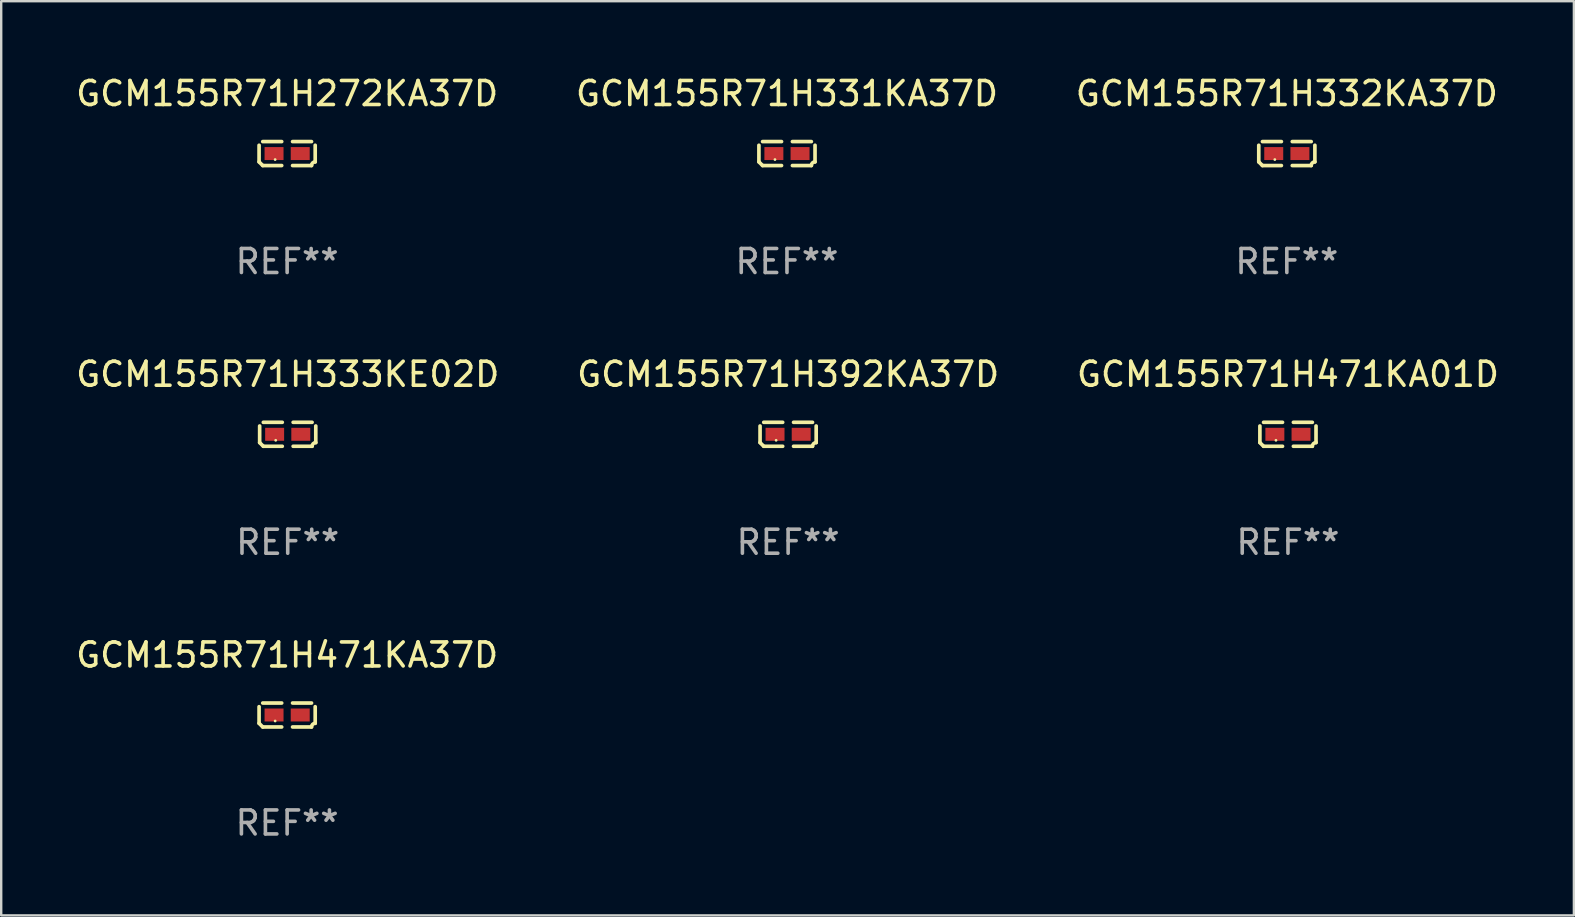
<source format=kicad_pcb>
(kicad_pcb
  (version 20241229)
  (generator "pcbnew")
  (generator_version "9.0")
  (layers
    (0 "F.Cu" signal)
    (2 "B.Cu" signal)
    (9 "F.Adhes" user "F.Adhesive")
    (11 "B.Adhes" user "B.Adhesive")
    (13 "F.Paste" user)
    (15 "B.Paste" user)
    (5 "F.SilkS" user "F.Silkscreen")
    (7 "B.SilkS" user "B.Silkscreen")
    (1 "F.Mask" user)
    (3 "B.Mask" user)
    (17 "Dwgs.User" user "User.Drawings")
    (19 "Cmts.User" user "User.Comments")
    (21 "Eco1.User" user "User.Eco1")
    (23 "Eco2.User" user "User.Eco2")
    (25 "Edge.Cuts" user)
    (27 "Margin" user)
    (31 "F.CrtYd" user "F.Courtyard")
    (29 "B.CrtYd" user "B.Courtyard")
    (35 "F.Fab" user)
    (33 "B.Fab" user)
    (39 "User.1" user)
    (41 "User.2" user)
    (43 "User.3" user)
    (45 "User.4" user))
  (footprint "GCM155R71H471KA01D"
    (layer "F.Cu")
    (at 50.601 15.041)
    (property "Reference" "GCM155R71H471KA01D" (at 0 -2.499 0) (layer "F.SilkS") (effects (font (size 1 1) (thickness 0.15))))
    (attr through_hole)
    (fp_line (start -1.169 0.346) (end -1.169 -0.346) (stroke (width 0.152) (type solid)) (layer "F.SilkS"))
    (fp_line (start -1.016 -0.499) (end -0.226 -0.499) (stroke (width 0.152) (type solid)) (layer "F.SilkS"))
    (fp_line (start -0.226 0.499) (end -1.016 0.499) (stroke (width 0.152) (type solid)) (layer "F.SilkS"))
    (fp_line (start 0.226 0.499) (end 1.016 0.499) (stroke (width 0.152) (type solid)) (layer "F.SilkS"))
    (fp_line (start 1.016 -0.499) (end 0.226 -0.499) (stroke (width 0.152) (type solid)) (layer "F.SilkS"))
    (fp_line (start 1.169 0.346) (end 1.169 -0.346) (stroke (width 0.152) (type solid)) (layer "F.SilkS"))
    (fp_arc (start -1.016307 0.498603) (mid -1.092512 0.422405) (end -1.16871 0.3462) (stroke (width 0.1524) (type solid)) (layer "F.SilkS"))
    (fp_arc (start 1.016307 0.498603) (mid 1.060899 0.390758) (end 1.168707 0.346076) (stroke (width 0.1524) (type solid)) (layer "F.SilkS"))
    (fp_circle (center -0.5 0.25) (end -0.47 0.25) (stroke (width 0.06) (type solid)) (fill no) (layer "F.SilkS"))
    (fp_text user "REF**" (at 0 4.499 0) (layer "F.Fab") (effects (font (size 1 1) (thickness 0.15))))
    (pad "1" smd rect (at -0.545 0) (size 0.79 0.54) (layers "F.Cu" "F.Mask" "F.Paste"))
    (pad "2" smd rect (at 0.545 0) (size 0.79 0.54) (layers "F.Cu" "F.Mask" "F.Paste")))
  (footprint "GCM155R71H333KE02D"
    (layer "F.Cu")
    (at 8.935 15.041)
    (property "Reference" "GCM155R71H333KE02D" (at 0 -2.499 0) (layer "F.SilkS") (effects (font (size 1 1) (thickness 0.15))))
    (attr through_hole)
    (fp_line (start -1.169 0.346) (end -1.169 -0.346) (stroke (width 0.152) (type solid)) (layer "F.SilkS"))
    (fp_line (start -1.016 -0.499) (end -0.226 -0.499) (stroke (width 0.152) (type solid)) (layer "F.SilkS"))
    (fp_line (start -0.226 0.499) (end -1.016 0.499) (stroke (width 0.152) (type solid)) (layer "F.SilkS"))
    (fp_line (start 0.226 0.499) (end 1.016 0.499) (stroke (width 0.152) (type solid)) (layer "F.SilkS"))
    (fp_line (start 1.016 -0.499) (end 0.226 -0.499) (stroke (width 0.152) (type solid)) (layer "F.SilkS"))
    (fp_line (start 1.169 0.346) (end 1.169 -0.346) (stroke (width 0.152) (type solid)) (layer "F.SilkS"))
    (fp_arc (start -1.016307 0.498603) (mid -1.092512 0.422405) (end -1.16871 0.3462) (stroke (width 0.1524) (type solid)) (layer "F.SilkS"))
    (fp_arc (start 1.016307 0.498603) (mid 1.060899 0.390758) (end 1.168707 0.346076) (stroke (width 0.1524) (type solid)) (layer "F.SilkS"))
    (fp_circle (center -0.5 0.25) (end -0.47 0.25) (stroke (width 0.06) (type solid)) (fill no) (layer "F.SilkS"))
    (fp_text user "REF**" (at 0 4.499 0) (layer "F.Fab") (effects (font (size 1 1) (thickness 0.15))))
    (pad "1" smd rect (at -0.545 0) (size 0.79 0.54) (layers "F.Cu" "F.Mask" "F.Paste"))
    (pad "2" smd rect (at 0.545 0) (size 0.79 0.54) (layers "F.Cu" "F.Mask" "F.Paste")))
  (footprint "GCM155R71H471KA37D"
    (layer "F.Cu")
    (at 8.911 26.734)
    (property "Reference" "GCM155R71H471KA37D" (at 0 -2.499 0) (layer "F.SilkS") (effects (font (size 1 1) (thickness 0.15))))
    (attr through_hole)
    (fp_line (start -1.169 0.346) (end -1.169 -0.346) (stroke (width 0.152) (type solid)) (layer "F.SilkS"))
    (fp_line (start -1.016 -0.499) (end -0.226 -0.499) (stroke (width 0.152) (type solid)) (layer "F.SilkS"))
    (fp_line (start -0.226 0.499) (end -1.016 0.499) (stroke (width 0.152) (type solid)) (layer "F.SilkS"))
    (fp_line (start 0.226 0.499) (end 1.016 0.499) (stroke (width 0.152) (type solid)) (layer "F.SilkS"))
    (fp_line (start 1.016 -0.499) (end 0.226 -0.499) (stroke (width 0.152) (type solid)) (layer "F.SilkS"))
    (fp_line (start 1.169 0.346) (end 1.169 -0.346) (stroke (width 0.152) (type solid)) (layer "F.SilkS"))
    (fp_arc (start -1.016307 0.498603) (mid -1.092512 0.422405) (end -1.16871 0.3462) (stroke (width 0.1524) (type solid)) (layer "F.SilkS"))
    (fp_arc (start 1.016307 0.498603) (mid 1.060899 0.390758) (end 1.168707 0.346076) (stroke (width 0.1524) (type solid)) (layer "F.SilkS"))
    (fp_circle (center -0.5 0.25) (end -0.47 0.25) (stroke (width 0.06) (type solid)) (fill no) (layer "F.SilkS"))
    (fp_text user "REF**" (at 0 4.499 0) (layer "F.Fab") (effects (font (size 1 1) (thickness 0.15))))
    (pad "1" smd rect (at -0.545 0) (size 0.79 0.54) (layers "F.Cu" "F.Mask" "F.Paste"))
    (pad "2" smd rect (at 0.545 0) (size 0.79 0.54) (layers "F.Cu" "F.Mask" "F.Paste")))
  (footprint "GCM155R71H392KA37D"
    (layer "F.Cu")
    (at 29.78 15.041)
    (property "Reference" "GCM155R71H392KA37D" (at 0 -2.499 0) (layer "F.SilkS") (effects (font (size 1 1) (thickness 0.15))))
    (attr through_hole)
    (fp_line (start -1.169 0.346) (end -1.169 -0.346) (stroke (width 0.152) (type solid)) (layer "F.SilkS"))
    (fp_line (start -1.016 -0.499) (end -0.226 -0.499) (stroke (width 0.152) (type solid)) (layer "F.SilkS"))
    (fp_line (start -0.226 0.499) (end -1.016 0.499) (stroke (width 0.152) (type solid)) (layer "F.SilkS"))
    (fp_line (start 0.226 0.499) (end 1.016 0.499) (stroke (width 0.152) (type solid)) (layer "F.SilkS"))
    (fp_line (start 1.016 -0.499) (end 0.226 -0.499) (stroke (width 0.152) (type solid)) (layer "F.SilkS"))
    (fp_line (start 1.169 0.346) (end 1.169 -0.346) (stroke (width 0.152) (type solid)) (layer "F.SilkS"))
    (fp_arc (start -1.016307 0.498603) (mid -1.092512 0.422405) (end -1.16871 0.3462) (stroke (width 0.1524) (type solid)) (layer "F.SilkS"))
    (fp_arc (start 1.016307 0.498603) (mid 1.060899 0.390758) (end 1.168707 0.346076) (stroke (width 0.1524) (type solid)) (layer "F.SilkS"))
    (fp_circle (center -0.5 0.25) (end -0.47 0.25) (stroke (width 0.06) (type solid)) (fill no) (layer "F.SilkS"))
    (fp_text user "REF**" (at 0 4.499 0) (layer "F.Fab") (effects (font (size 1 1) (thickness 0.15))))
    (pad "1" smd rect (at -0.545 0) (size 0.79 0.54) (layers "F.Cu" "F.Mask" "F.Paste"))
    (pad "2" smd rect (at 0.545 0) (size 0.79 0.54) (layers "F.Cu" "F.Mask" "F.Paste")))
  (footprint "GCM155R71H332KA37D"
    (layer "F.Cu")
    (at 50.554 3.347)
    (property "Reference" "GCM155R71H332KA37D" (at 0 -2.499 0) (layer "F.SilkS") (effects (font (size 1 1) (thickness 0.15))))
    (attr through_hole)
    (fp_line (start -1.169 0.346) (end -1.169 -0.346) (stroke (width 0.152) (type solid)) (layer "F.SilkS"))
    (fp_line (start -1.016 -0.499) (end -0.226 -0.499) (stroke (width 0.152) (type solid)) (layer "F.SilkS"))
    (fp_line (start -0.226 0.499) (end -1.016 0.499) (stroke (width 0.152) (type solid)) (layer "F.SilkS"))
    (fp_line (start 0.226 0.499) (end 1.016 0.499) (stroke (width 0.152) (type solid)) (layer "F.SilkS"))
    (fp_line (start 1.016 -0.499) (end 0.226 -0.499) (stroke (width 0.152) (type solid)) (layer "F.SilkS"))
    (fp_line (start 1.169 0.346) (end 1.169 -0.346) (stroke (width 0.152) (type solid)) (layer "F.SilkS"))
    (fp_arc (start -1.016307 0.498603) (mid -1.092512 0.422405) (end -1.16871 0.3462) (stroke (width 0.1524) (type solid)) (layer "F.SilkS"))
    (fp_arc (start 1.016307 0.498603) (mid 1.060899 0.390758) (end 1.168707 0.346076) (stroke (width 0.1524) (type solid)) (layer "F.SilkS"))
    (fp_circle (center -0.5 0.25) (end -0.47 0.25) (stroke (width 0.06) (type solid)) (fill no) (layer "F.SilkS"))
    (fp_text user "REF**" (at 0 4.499 0) (layer "F.Fab") (effects (font (size 1 1) (thickness 0.15))))
    (pad "1" smd rect (at -0.545 0) (size 0.79 0.54) (layers "F.Cu" "F.Mask" "F.Paste"))
    (pad "2" smd rect (at 0.545 0) (size 0.79 0.54) (layers "F.Cu" "F.Mask" "F.Paste")))
  (footprint "GCM155R71H331KA37D"
    (layer "F.Cu")
    (at 29.732 3.347)
    (property "Reference" "GCM155R71H331KA37D" (at 0 -2.499 0) (layer "F.SilkS") (effects (font (size 1 1) (thickness 0.15))))
    (attr through_hole)
    (fp_line (start -1.169 0.346) (end -1.169 -0.346) (stroke (width 0.152) (type solid)) (layer "F.SilkS"))
    (fp_line (start -1.016 -0.499) (end -0.226 -0.499) (stroke (width 0.152) (type solid)) (layer "F.SilkS"))
    (fp_line (start -0.226 0.499) (end -1.016 0.499) (stroke (width 0.152) (type solid)) (layer "F.SilkS"))
    (fp_line (start 0.226 0.499) (end 1.016 0.499) (stroke (width 0.152) (type solid)) (layer "F.SilkS"))
    (fp_line (start 1.016 -0.499) (end 0.226 -0.499) (stroke (width 0.152) (type solid)) (layer "F.SilkS"))
    (fp_line (start 1.169 0.346) (end 1.169 -0.346) (stroke (width 0.152) (type solid)) (layer "F.SilkS"))
    (fp_arc (start -1.016307 0.498603) (mid -1.092512 0.422405) (end -1.16871 0.3462) (stroke (width 0.1524) (type solid)) (layer "F.SilkS"))
    (fp_arc (start 1.016307 0.498603) (mid 1.060899 0.390758) (end 1.168707 0.346076) (stroke (width 0.1524) (type solid)) (layer "F.SilkS"))
    (fp_circle (center -0.5 0.25) (end -0.47 0.25) (stroke (width 0.06) (type solid)) (fill no) (layer "F.SilkS"))
    (fp_text user "REF**" (at 0 4.499 0) (layer "F.Fab") (effects (font (size 1 1) (thickness 0.15))))
    (pad "1" smd rect (at -0.545 0) (size 0.79 0.54) (layers "F.Cu" "F.Mask" "F.Paste"))
    (pad "2" smd rect (at 0.545 0) (size 0.79 0.54) (layers "F.Cu" "F.Mask" "F.Paste")))
  (footprint "GCM155R71H272KA37D"
    (layer "F.Cu")
    (at 8.911 3.347)
    (property "Reference" "GCM155R71H272KA37D" (at 0 -2.499 0) (layer "F.SilkS") (effects (font (size 1 1) (thickness 0.15))))
    (attr through_hole)
    (fp_line (start -1.169 0.346) (end -1.169 -0.346) (stroke (width 0.152) (type solid)) (layer "F.SilkS"))
    (fp_line (start -1.016 -0.499) (end -0.226 -0.499) (stroke (width 0.152) (type solid)) (layer "F.SilkS"))
    (fp_line (start -0.226 0.499) (end -1.016 0.499) (stroke (width 0.152) (type solid)) (layer "F.SilkS"))
    (fp_line (start 0.226 0.499) (end 1.016 0.499) (stroke (width 0.152) (type solid)) (layer "F.SilkS"))
    (fp_line (start 1.016 -0.499) (end 0.226 -0.499) (stroke (width 0.152) (type solid)) (layer "F.SilkS"))
    (fp_line (start 1.169 0.346) (end 1.169 -0.346) (stroke (width 0.152) (type solid)) (layer "F.SilkS"))
    (fp_arc (start -1.016307 0.498603) (mid -1.092512 0.422405) (end -1.16871 0.3462) (stroke (width 0.1524) (type solid)) (layer "F.SilkS"))
    (fp_arc (start 1.016307 0.498603) (mid 1.060899 0.390758) (end 1.168707 0.346076) (stroke (width 0.1524) (type solid)) (layer "F.SilkS"))
    (fp_circle (center -0.5 0.25) (end -0.47 0.25) (stroke (width 0.06) (type solid)) (fill no) (layer "F.SilkS"))
    (fp_text user "REF**" (at 0 4.499 0) (layer "F.Fab") (effects (font (size 1 1) (thickness 0.15))))
    (pad "1" smd rect (at -0.545 0) (size 0.79 0.54) (layers "F.Cu" "F.Mask" "F.Paste"))
    (pad "2" smd rect (at 0.545 0) (size 0.79 0.54) (layers "F.Cu" "F.Mask" "F.Paste")))
  (gr_rect
    (start -3 -3)
    (end 62.512 35.081)
    (stroke (width 0.1) (type default))
    (fill no)
    (layer "Edge.Cuts")))
</source>
